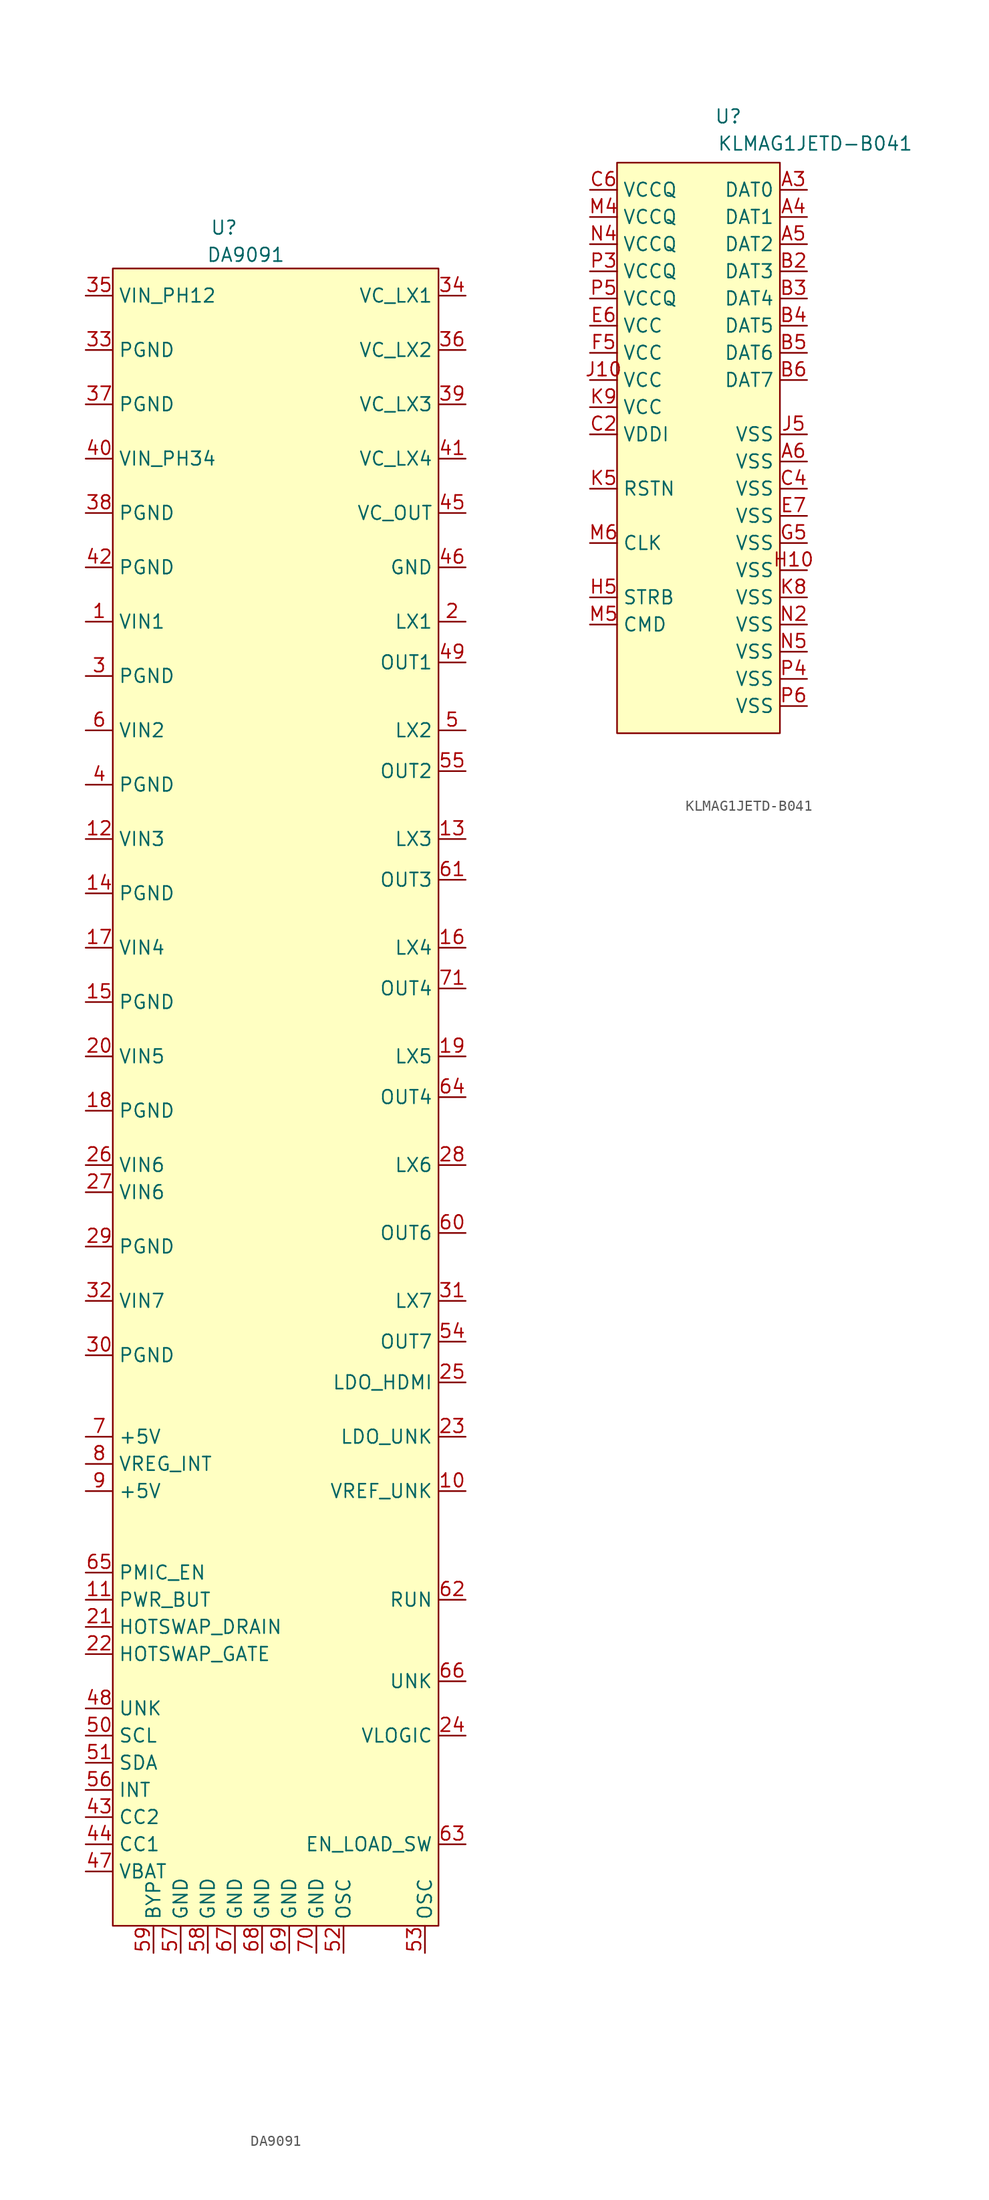
<source format=kicad_sym>
(kicad_symbol_lib
  (version 20241209)
  (generator "kicad_symbol_editor")
  (generator_version "9.0")
  (symbol "DA9091"
    (property "Reference" "U"
      (at 10.414 3.81 0)
      (effects (font (size 1.27 1.27))))
    (property "Value" "DA9091"
      (at 12.446 1.27 0)
      (effects (font (size 1.27 1.27))))
    (symbol "DA9091_1_1"
      (rectangle (start 0 0) (end 30.48 -154.94) (stroke (width 0) (type solid)) (fill (type background)))
      (pin power_in line (at -2.54 -2.54 0) (length 2.54) (name "VIN_PH12" (effects (font (size 1.27 1.27)))) (number "35" (effects (font (size 1.27 1.27)))))
      (pin power_in line (at -2.54 -7.62 0) (length 2.54) (name "PGND" (effects (font (size 1.27 1.27)))) (number "33" (effects (font (size 1.27 1.27)))))
      (pin power_in line (at -2.54 -12.7 0) (length 2.54) (name "PGND" (effects (font (size 1.27 1.27)))) (number "37" (effects (font (size 1.27 1.27)))))
      (pin power_in line (at -2.54 -17.78 0) (length 2.54) (name "VIN_PH34" (effects (font (size 1.27 1.27)))) (number "40" (effects (font (size 1.27 1.27)))))
      (pin power_in line (at -2.54 -22.86 0) (length 2.54) (name "PGND" (effects (font (size 1.27 1.27)))) (number "38" (effects (font (size 1.27 1.27)))))
      (pin power_in line (at -2.54 -27.94 0) (length 2.54) (name "PGND" (effects (font (size 1.27 1.27)))) (number "42" (effects (font (size 1.27 1.27)))))
      (pin power_in line (at -2.54 -33.02 0) (length 2.54) (name "VIN1" (effects (font (size 1.27 1.27)))) (number "1" (effects (font (size 1.27 1.27)))))
      (pin power_in line (at -2.54 -38.1 0) (length 2.54) (name "PGND" (effects (font (size 1.27 1.27)))) (number "3" (effects (font (size 1.27 1.27)))))
      (pin power_in line (at -2.54 -43.18 0) (length 2.54) (name "VIN2" (effects (font (size 1.27 1.27)))) (number "6" (effects (font (size 1.27 1.27)))))
      (pin power_in line (at -2.54 -48.26 0) (length 2.54) (name "PGND" (effects (font (size 1.27 1.27)))) (number "4" (effects (font (size 1.27 1.27)))))
      (pin power_in line (at -2.54 -53.34 0) (length 2.54) (name "VIN3" (effects (font (size 1.27 1.27)))) (number "12" (effects (font (size 1.27 1.27)))))
      (pin power_in line (at -2.54 -58.42 0) (length 2.54) (name "PGND" (effects (font (size 1.27 1.27)))) (number "14" (effects (font (size 1.27 1.27)))))
      (pin power_in line (at -2.54 -63.5 0) (length 2.54) (name "VIN4" (effects (font (size 1.27 1.27)))) (number "17" (effects (font (size 1.27 1.27)))))
      (pin power_in line (at -2.54 -68.58 0) (length 2.54) (name "PGND" (effects (font (size 1.27 1.27)))) (number "15" (effects (font (size 1.27 1.27)))))
      (pin power_in line (at -2.54 -73.66 0) (length 2.54) (name "VIN5" (effects (font (size 1.27 1.27)))) (number "20" (effects (font (size 1.27 1.27)))))
      (pin power_in line (at -2.54 -78.74 0) (length 2.54) (name "PGND" (effects (font (size 1.27 1.27)))) (number "18" (effects (font (size 1.27 1.27)))))
      (pin power_in line (at -2.54 -83.82 0) (length 2.54) (name "VIN6" (effects (font (size 1.27 1.27)))) (number "26" (effects (font (size 1.27 1.27)))))
      (pin power_in line (at -2.54 -86.36 0) (length 2.54) (name "VIN6" (effects (font (size 1.27 1.27)))) (number "27" (effects (font (size 1.27 1.27)))))
      (pin power_in line (at -2.54 -91.44 0) (length 2.54) (name "PGND" (effects (font (size 1.27 1.27)))) (number "29" (effects (font (size 1.27 1.27)))))
      (pin power_in line (at -2.54 -96.52 0) (length 2.54) (name "VIN7" (effects (font (size 1.27 1.27)))) (number "32" (effects (font (size 1.27 1.27)))))
      (pin power_in line (at -2.54 -101.6 0) (length 2.54) (name "PGND" (effects (font (size 1.27 1.27)))) (number "30" (effects (font (size 1.27 1.27)))))
      (pin power_in line (at -2.54 -109.22 0) (length 2.54) (name "+5V" (effects (font (size 1.27 1.27)))) (number "7" (effects (font (size 1.27 1.27)))))
      (pin power_out line (at -2.54 -111.76 0) (length 2.54) (name "VREG_INT" (effects (font (size 1.27 1.27)))) (number "8" (effects (font (size 1.27 1.27)))))
      (pin power_in line (at -2.54 -114.3 0) (length 2.54) (name "+5V" (effects (font (size 1.27 1.27)))) (number "9" (effects (font (size 1.27 1.27)))))
      (pin input line (at -2.54 -121.92 0) (length 2.54) (name "PMIC_EN" (effects (font (size 1.27 1.27)))) (number "65" (effects (font (size 1.27 1.27)))))
      (pin input line (at -2.54 -124.46 0) (length 2.54) (name "PWR_BUT" (effects (font (size 1.27 1.27)))) (number "11" (effects (font (size 1.27 1.27)))))
      (pin input line (at -2.54 -127 0) (length 2.54) (name "HOTSWAP_DRAIN" (effects (font (size 1.27 1.27)))) (number "21" (effects (font (size 1.27 1.27)))))
      (pin output line (at -2.54 -129.54 0) (length 2.54) (name "HOTSWAP_GATE" (effects (font (size 1.27 1.27)))) (number "22" (effects (font (size 1.27 1.27)))))
      (pin unspecified line (at -2.54 -134.62 0) (length 2.54) (name "UNK" (effects (font (size 1.27 1.27)))) (number "48" (effects (font (size 1.27 1.27)))))
      (pin bidirectional line (at -2.54 -137.16 0) (length 2.54) (name "SCL" (effects (font (size 1.27 1.27)))) (number "50" (effects (font (size 1.27 1.27)))))
      (pin bidirectional line (at -2.54 -139.7 0) (length 2.54) (name "SDA" (effects (font (size 1.27 1.27)))) (number "51" (effects (font (size 1.27 1.27)))))
      (pin open_collector line (at -2.54 -142.24 0) (length 2.54) (name "INT" (effects (font (size 1.27 1.27)))) (number "56" (effects (font (size 1.27 1.27)))))
      (pin bidirectional line (at -2.54 -144.78 0) (length 2.54) (name "CC2" (effects (font (size 1.27 1.27)))) (number "43" (effects (font (size 1.27 1.27)))))
      (pin bidirectional line (at -2.54 -147.32 0) (length 2.54) (name "CC1" (effects (font (size 1.27 1.27)))) (number "44" (effects (font (size 1.27 1.27)))))
      (pin unspecified line (at -2.54 -149.86 0) (length 2.54) (name "VBAT" (effects (font (size 1.27 1.27)))) (number "47" (effects (font (size 1.27 1.27)))))
      (pin passive line (at 3.81 -157.48 90) (length 2.54) (name "BYP" (effects (font (size 1.27 1.27)))) (number "59" (effects (font (size 1.27 1.27)))))
      (pin power_in line (at 6.35 -157.48 90) (length 2.54) (name "GND" (effects (font (size 1.27 1.27)))) (number "57" (effects (font (size 1.27 1.27)))))
      (pin power_in line (at 8.89 -157.48 90) (length 2.54) (name "GND" (effects (font (size 1.27 1.27)))) (number "58" (effects (font (size 1.27 1.27)))))
      (pin power_in line (at 11.43 -157.48 90) (length 2.54) (name "GND" (effects (font (size 1.27 1.27)))) (number "67" (effects (font (size 1.27 1.27)))))
      (pin power_in line (at 13.97 -157.48 90) (length 2.54) (name "GND" (effects (font (size 1.27 1.27)))) (number "68" (effects (font (size 1.27 1.27)))))
      (pin power_in line (at 16.51 -157.48 90) (length 2.54) (name "GND" (effects (font (size 1.27 1.27)))) (number "69" (effects (font (size 1.27 1.27)))))
      (pin power_in line (at 19.05 -157.48 90) (length 2.54) (name "GND" (effects (font (size 1.27 1.27)))) (number "70" (effects (font (size 1.27 1.27)))))
      (pin passive line (at 21.59 -157.48 90) (length 2.54) (name "OSC" (effects (font (size 1.27 1.27)))) (number "52" (effects (font (size 1.27 1.27)))))
      (pin passive line (at 29.21 -157.48 90) (length 2.54) (name "OSC" (effects (font (size 1.27 1.27)))) (number "53" (effects (font (size 1.27 1.27)))))
      (pin output line (at 33.02 -2.54 180) (length 2.54) (name "VC_LX1" (effects (font (size 1.27 1.27)))) (number "34" (effects (font (size 1.27 1.27)))))
      (pin output line (at 33.02 -7.62 180) (length 2.54) (name "VC_LX2" (effects (font (size 1.27 1.27)))) (number "36" (effects (font (size 1.27 1.27)))))
      (pin output line (at 33.02 -12.7 180) (length 2.54) (name "VC_LX3" (effects (font (size 1.27 1.27)))) (number "39" (effects (font (size 1.27 1.27)))))
      (pin output line (at 33.02 -17.78 180) (length 2.54) (name "VC_LX4" (effects (font (size 1.27 1.27)))) (number "41" (effects (font (size 1.27 1.27)))))
      (pin passive line (at 33.02 -22.86 180) (length 2.54) (name "VC_OUT" (effects (font (size 1.27 1.27)))) (number "45" (effects (font (size 1.27 1.27)))))
      (pin power_in line (at 33.02 -27.94 180) (length 2.54) (name "GND" (effects (font (size 1.27 1.27)))) (number "46" (effects (font (size 1.27 1.27)))))
      (pin output line (at 33.02 -33.02 180) (length 2.54) (name "LX1" (effects (font (size 1.27 1.27)))) (number "2" (effects (font (size 1.27 1.27)))))
      (pin passive line (at 33.02 -36.83 180) (length 2.54) (name "OUT1" (effects (font (size 1.27 1.27)))) (number "49" (effects (font (size 1.27 1.27)))))
      (pin output line (at 33.02 -43.18 180) (length 2.54) (name "LX2" (effects (font (size 1.27 1.27)))) (number "5" (effects (font (size 1.27 1.27)))))
      (pin passive line (at 33.02 -46.99 180) (length 2.54) (name "OUT2" (effects (font (size 1.27 1.27)))) (number "55" (effects (font (size 1.27 1.27)))))
      (pin output line (at 33.02 -53.34 180) (length 2.54) (name "LX3" (effects (font (size 1.27 1.27)))) (number "13" (effects (font (size 1.27 1.27)))))
      (pin passive line (at 33.02 -57.15 180) (length 2.54) (name "OUT3" (effects (font (size 1.27 1.27)))) (number "61" (effects (font (size 1.27 1.27)))))
      (pin output line (at 33.02 -63.5 180) (length 2.54) (name "LX4" (effects (font (size 1.27 1.27)))) (number "16" (effects (font (size 1.27 1.27)))))
      (pin passive line (at 33.02 -67.31 180) (length 2.54) (name "OUT4" (effects (font (size 1.27 1.27)))) (number "71" (effects (font (size 1.27 1.27)))))
      (pin output line (at 33.02 -73.66 180) (length 2.54) (name "LX5" (effects (font (size 1.27 1.27)))) (number "19" (effects (font (size 1.27 1.27)))))
      (pin passive line (at 33.02 -77.47 180) (length 2.54) (name "OUT4" (effects (font (size 1.27 1.27)))) (number "64" (effects (font (size 1.27 1.27)))))
      (pin output line (at 33.02 -83.82 180) (length 2.54) (name "LX6" (effects (font (size 1.27 1.27)))) (number "28" (effects (font (size 1.27 1.27)))))
      (pin passive line (at 33.02 -90.17 180) (length 2.54) (name "OUT6" (effects (font (size 1.27 1.27)))) (number "60" (effects (font (size 1.27 1.27)))))
      (pin output line (at 33.02 -96.52 180) (length 2.54) (name "LX7" (effects (font (size 1.27 1.27)))) (number "31" (effects (font (size 1.27 1.27)))))
      (pin passive line (at 33.02 -100.33 180) (length 2.54) (name "OUT7" (effects (font (size 1.27 1.27)))) (number "54" (effects (font (size 1.27 1.27)))))
      (pin power_out line (at 33.02 -104.14 180) (length 2.54) (name "LDO_HDMI" (effects (font (size 1.27 1.27)))) (number "25" (effects (font (size 1.27 1.27)))))
      (pin power_out line (at 33.02 -109.22 180) (length 2.54) (name "LDO_UNK" (effects (font (size 1.27 1.27)))) (number "23" (effects (font (size 1.27 1.27)))))
      (pin power_out line (at 33.02 -114.3 180) (length 2.54) (name "VREF_UNK" (effects (font (size 1.27 1.27)))) (number "10" (effects (font (size 1.27 1.27)))))
      (pin unspecified line (at 33.02 -124.46 180) (length 2.54) (name "RUN" (effects (font (size 1.27 1.27)))) (number "62" (effects (font (size 1.27 1.27)))))
      (pin unspecified line (at 33.02 -132.08 180) (length 2.54) (name "UNK" (effects (font (size 1.27 1.27)))) (number "66" (effects (font (size 1.27 1.27)))))
      (pin passive line (at 33.02 -137.16 180) (length 2.54) (name "VLOGIC" (effects (font (size 1.27 1.27)))) (number "24" (effects (font (size 1.27 1.27)))))
      (pin output line (at 33.02 -147.32 180) (length 2.54) (name "EN_LOAD_SW" (effects (font (size 1.27 1.27)))) (number "63" (effects (font (size 1.27 1.27)))))))
  (symbol "KLMAG1JETD-B041"
    (property "Reference" "U"
      (at 10.414 4.318 0)
      (effects (font (size 1.27 1.27))))
    (property "Value" "KLMAG1JETD-B041"
      (at 18.542 1.778 0)
      (effects (font (size 1.27 1.27))))
    (symbol "KLMAG1JETD-B041_1_1"
      (rectangle (start 0 0) (end 15.24 -53.34) (stroke (width 0) (type solid)) (fill (type background)))
      (pin power_in line (at -2.54 -2.54 0) (length 2.54) (name "VCCQ" (effects (font (size 1.27 1.27)))) (number "C6" (effects (font (size 1.27 1.27)))))
      (pin power_in line (at -2.54 -5.08 0) (length 2.54) (name "VCCQ" (effects (font (size 1.27 1.27)))) (number "M4" (effects (font (size 1.27 1.27)))))
      (pin power_in line (at -2.54 -7.62 0) (length 2.54) (name "VCCQ" (effects (font (size 1.27 1.27)))) (number "N4" (effects (font (size 1.27 1.27)))))
      (pin power_in line (at -2.54 -10.16 0) (length 2.54) (name "VCCQ" (effects (font (size 1.27 1.27)))) (number "P3" (effects (font (size 1.27 1.27)))))
      (pin power_in line (at -2.54 -12.7 0) (length 2.54) (name "VCCQ" (effects (font (size 1.27 1.27)))) (number "P5" (effects (font (size 1.27 1.27)))))
      (pin power_in line (at -2.54 -15.24 0) (length 2.54) (name "VCC" (effects (font (size 1.27 1.27)))) (number "E6" (effects (font (size 1.27 1.27)))))
      (pin power_in line (at -2.54 -17.78 0) (length 2.54) (name "VCC" (effects (font (size 1.27 1.27)))) (number "F5" (effects (font (size 1.27 1.27)))))
      (pin power_in line (at -2.54 -20.32 0) (length 2.54) (name "VCC" (effects (font (size 1.27 1.27)))) (number "J10" (effects (font (size 1.27 1.27)))))
      (pin power_in line (at -2.54 -22.86 0) (length 2.54) (name "VCC" (effects (font (size 1.27 1.27)))) (number "K9" (effects (font (size 1.27 1.27)))))
      (pin power_in line (at -2.54 -25.4 0) (length 2.54) (name "VDDI" (effects (font (size 1.27 1.27)))) (number "C2" (effects (font (size 1.27 1.27)))))
      (pin input line (at -2.54 -30.48 0) (length 2.54) (name "RSTN" (effects (font (size 1.27 1.27)))) (number "K5" (effects (font (size 1.27 1.27)))))
      (pin input line (at -2.54 -35.56 0) (length 2.54) (name "CLK" (effects (font (size 1.27 1.27)))) (number "M6" (effects (font (size 1.27 1.27)))))
      (pin input line (at -2.54 -40.64 0) (length 2.54) (name "STRB" (effects (font (size 1.27 1.27)))) (number "H5" (effects (font (size 1.27 1.27)))))
      (pin input line (at -2.54 -43.18 0) (length 2.54) (name "CMD" (effects (font (size 1.27 1.27)))) (number "M5" (effects (font (size 1.27 1.27)))))
      (pin bidirectional line (at 17.78 -2.54 180) (length 2.54) (name "DAT0" (effects (font (size 1.27 1.27)))) (number "A3" (effects (font (size 1.27 1.27)))))
      (pin bidirectional line (at 17.78 -5.08 180) (length 2.54) (name "DAT1" (effects (font (size 1.27 1.27)))) (number "A4" (effects (font (size 1.27 1.27)))))
      (pin bidirectional line (at 17.78 -7.62 180) (length 2.54) (name "DAT2" (effects (font (size 1.27 1.27)))) (number "A5" (effects (font (size 1.27 1.27)))))
      (pin bidirectional line (at 17.78 -10.16 180) (length 2.54) (name "DAT3" (effects (font (size 1.27 1.27)))) (number "B2" (effects (font (size 1.27 1.27)))))
      (pin bidirectional line (at 17.78 -12.7 180) (length 2.54) (name "DAT4" (effects (font (size 1.27 1.27)))) (number "B3" (effects (font (size 1.27 1.27)))))
      (pin bidirectional line (at 17.78 -15.24 180) (length 2.54) (name "DAT5" (effects (font (size 1.27 1.27)))) (number "B4" (effects (font (size 1.27 1.27)))))
      (pin bidirectional line (at 17.78 -17.78 180) (length 2.54) (name "DAT6" (effects (font (size 1.27 1.27)))) (number "B5" (effects (font (size 1.27 1.27)))))
      (pin bidirectional line (at 17.78 -20.32 180) (length 2.54) (name "DAT7" (effects (font (size 1.27 1.27)))) (number "B6" (effects (font (size 1.27 1.27)))))
      (pin power_in line (at 17.78 -25.4 180) (length 2.54) (name "VSS" (effects (font (size 1.27 1.27)))) (number "J5" (effects (font (size 1.27 1.27)))))
      (pin power_in line (at 17.78 -27.94 180) (length 2.54) (name "VSS" (effects (font (size 1.27 1.27)))) (number "A6" (effects (font (size 1.27 1.27)))))
      (pin power_in line (at 17.78 -30.48 180) (length 2.54) (name "VSS" (effects (font (size 1.27 1.27)))) (number "C4" (effects (font (size 1.27 1.27)))))
      (pin power_in line (at 17.78 -33.02 180) (length 2.54) (name "VSS" (effects (font (size 1.27 1.27)))) (number "E7" (effects (font (size 1.27 1.27)))))
      (pin power_in line (at 17.78 -35.56 180) (length 2.54) (name "VSS" (effects (font (size 1.27 1.27)))) (number "G5" (effects (font (size 1.27 1.27)))))
      (pin power_in line (at 17.78 -38.1 180) (length 2.54) (name "VSS" (effects (font (size 1.27 1.27)))) (number "H10" (effects (font (size 1.27 1.27)))))
      (pin power_in line (at 17.78 -40.64 180) (length 2.54) (name "VSS" (effects (font (size 1.27 1.27)))) (number "K8" (effects (font (size 1.27 1.27)))))
      (pin power_in line (at 17.78 -43.18 180) (length 2.54) (name "VSS" (effects (font (size 1.27 1.27)))) (number "N2" (effects (font (size 1.27 1.27)))))
      (pin power_in line (at 17.78 -45.72 180) (length 2.54) (name "VSS" (effects (font (size 1.27 1.27)))) (number "N5" (effects (font (size 1.27 1.27)))))
      (pin power_in line (at 17.78 -48.26 180) (length 2.54) (name "VSS" (effects (font (size 1.27 1.27)))) (number "P4" (effects (font (size 1.27 1.27)))))
      (pin power_in line (at 17.78 -50.8 180) (length 2.54) (name "VSS" (effects (font (size 1.27 1.27)))) (number "P6" (effects (font (size 1.27 1.27))))))))
</source>
